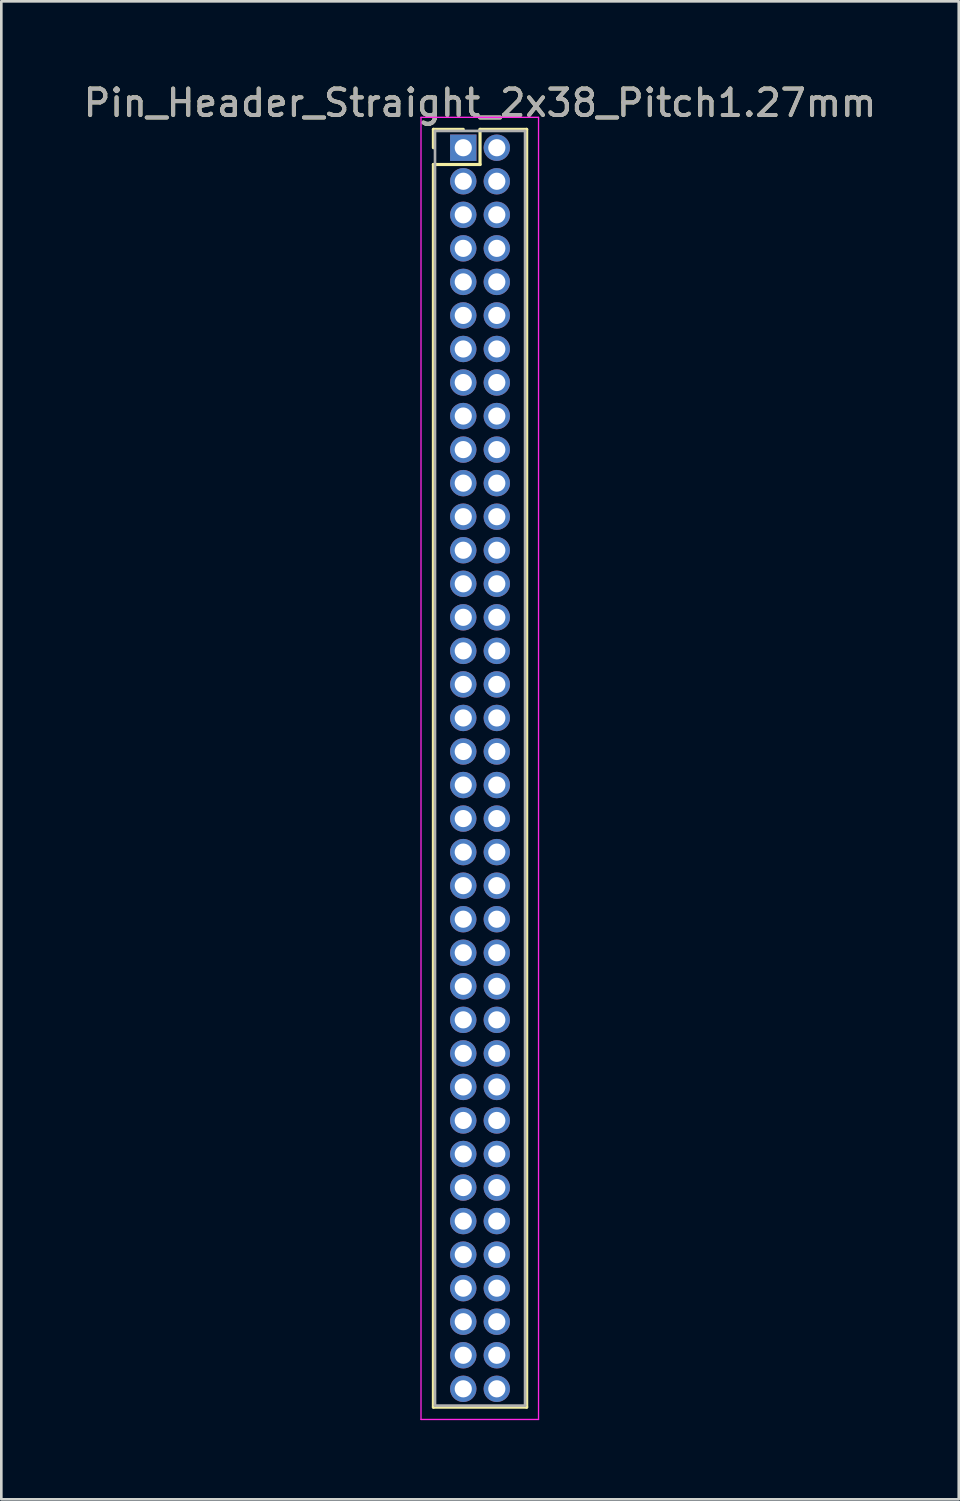
<source format=kicad_pcb>
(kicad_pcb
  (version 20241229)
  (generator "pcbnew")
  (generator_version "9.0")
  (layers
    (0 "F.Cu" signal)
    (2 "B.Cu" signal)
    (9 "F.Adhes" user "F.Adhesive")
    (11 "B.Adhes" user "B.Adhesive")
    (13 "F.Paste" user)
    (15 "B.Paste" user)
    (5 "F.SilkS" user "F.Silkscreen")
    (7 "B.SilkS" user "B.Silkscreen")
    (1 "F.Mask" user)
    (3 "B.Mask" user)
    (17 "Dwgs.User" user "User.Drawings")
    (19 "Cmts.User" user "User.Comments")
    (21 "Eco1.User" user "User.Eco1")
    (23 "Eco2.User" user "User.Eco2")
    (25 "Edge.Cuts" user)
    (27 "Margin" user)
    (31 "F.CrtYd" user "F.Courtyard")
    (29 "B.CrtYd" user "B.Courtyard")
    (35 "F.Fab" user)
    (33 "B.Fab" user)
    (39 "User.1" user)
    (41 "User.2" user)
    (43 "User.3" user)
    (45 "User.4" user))
  (footprint "Pin_Header_Straight_2x38_Pitch1.27mm"
    (layer "F.Cu")
    (at 14.49 2.543)
    (property "Reference" "Pin_Header_Straight_2x38_Pitch1.27mm" (at 0.635 -1.695 0) (layer "F.SilkS") (effects (font (size 1 1) (thickness 0.15))))
    (attr through_hole)
    (fp_line (start -1.13 -0.695) (end 0 -0.695) (stroke (width 0.12) (type solid)) (layer "F.SilkS"))
    (fp_line (start -1.13 0) (end -1.13 -0.695) (stroke (width 0.12) (type solid)) (layer "F.SilkS"))
    (fp_line (start -1.13 0.635) (end -1.13 47.685) (stroke (width 0.12) (type solid)) (layer "F.SilkS"))
    (fp_line (start -1.13 47.685) (end 2.4 47.685) (stroke (width 0.12) (type solid)) (layer "F.SilkS"))
    (fp_line (start 0.635 -0.695) (end 0.635 0.635) (stroke (width 0.12) (type solid)) (layer "F.SilkS"))
    (fp_line (start 0.635 0.635) (end -1.13 0.635) (stroke (width 0.12) (type solid)) (layer "F.SilkS"))
    (fp_line (start 2.4 -0.695) (end 0.635 -0.695) (stroke (width 0.12) (type solid)) (layer "F.SilkS"))
    (fp_line (start 2.4 47.685) (end 2.4 -0.695) (stroke (width 0.12) (type solid)) (layer "F.SilkS"))
    (fp_line (start -1.6 -1.15) (end -1.6 48.15) (stroke (width 0.05) (type solid)) (layer "F.CrtYd"))
    (fp_line (start -1.6 48.15) (end 2.85 48.15) (stroke (width 0.05) (type solid)) (layer "F.CrtYd"))
    (fp_line (start 2.85 -1.15) (end -1.6 -1.15) (stroke (width 0.05) (type solid)) (layer "F.CrtYd"))
    (fp_line (start 2.85 48.15) (end 2.85 -1.15) (stroke (width 0.05) (type solid)) (layer "F.CrtYd"))
    (fp_line (start -1.07 -0.635) (end -1.07 47.625) (stroke (width 0.1) (type solid)) (layer "F.Fab"))
    (fp_line (start -1.07 47.625) (end 2.34 47.625) (stroke (width 0.1) (type solid)) (layer "F.Fab"))
    (fp_line (start 2.34 -0.635) (end -1.07 -0.635) (stroke (width 0.1) (type solid)) (layer "F.Fab"))
    (fp_line (start 2.34 47.625) (end 2.34 -0.635) (stroke (width 0.1) (type solid)) (layer "F.Fab"))
    (fp_text user "${REFERENCE}" (at 0.635 -1.695 0) (layer "F.Fab") (effects (font (size 1 1) (thickness 0.15))))
    (pad "1" thru_hole rect (at 0 0) (size 1 1) (drill 0.65) (layers "*.Cu" "*.Mask"))
    (pad "2" thru_hole oval (at 1.27 0) (size 1 1) (drill 0.65) (layers "*.Cu" "*.Mask"))
    (pad "3" thru_hole oval (at 0 1.27) (size 1 1) (drill 0.65) (layers "*.Cu" "*.Mask"))
    (pad "4" thru_hole oval (at 1.27 1.27) (size 1 1) (drill 0.65) (layers "*.Cu" "*.Mask"))
    (pad "5" thru_hole oval (at 0 2.54) (size 1 1) (drill 0.65) (layers "*.Cu" "*.Mask"))
    (pad "6" thru_hole oval (at 1.27 2.54) (size 1 1) (drill 0.65) (layers "*.Cu" "*.Mask"))
    (pad "7" thru_hole oval (at 0 3.81) (size 1 1) (drill 0.65) (layers "*.Cu" "*.Mask"))
    (pad "8" thru_hole oval (at 1.27 3.81) (size 1 1) (drill 0.65) (layers "*.Cu" "*.Mask"))
    (pad "9" thru_hole oval (at 0 5.08) (size 1 1) (drill 0.65) (layers "*.Cu" "*.Mask"))
    (pad "10" thru_hole oval (at 1.27 5.08) (size 1 1) (drill 0.65) (layers "*.Cu" "*.Mask"))
    (pad "11" thru_hole oval (at 0 6.35) (size 1 1) (drill 0.65) (layers "*.Cu" "*.Mask"))
    (pad "12" thru_hole oval (at 1.27 6.35) (size 1 1) (drill 0.65) (layers "*.Cu" "*.Mask"))
    (pad "13" thru_hole oval (at 0 7.62) (size 1 1) (drill 0.65) (layers "*.Cu" "*.Mask"))
    (pad "14" thru_hole oval (at 1.27 7.62) (size 1 1) (drill 0.65) (layers "*.Cu" "*.Mask"))
    (pad "15" thru_hole oval (at 0 8.89) (size 1 1) (drill 0.65) (layers "*.Cu" "*.Mask"))
    (pad "16" thru_hole oval (at 1.27 8.89) (size 1 1) (drill 0.65) (layers "*.Cu" "*.Mask"))
    (pad "17" thru_hole oval (at 0 10.16) (size 1 1) (drill 0.65) (layers "*.Cu" "*.Mask"))
    (pad "18" thru_hole oval (at 1.27 10.16) (size 1 1) (drill 0.65) (layers "*.Cu" "*.Mask"))
    (pad "19" thru_hole oval (at 0 11.43) (size 1 1) (drill 0.65) (layers "*.Cu" "*.Mask"))
    (pad "20" thru_hole oval (at 1.27 11.43) (size 1 1) (drill 0.65) (layers "*.Cu" "*.Mask"))
    (pad "21" thru_hole oval (at 0 12.7) (size 1 1) (drill 0.65) (layers "*.Cu" "*.Mask"))
    (pad "22" thru_hole oval (at 1.27 12.7) (size 1 1) (drill 0.65) (layers "*.Cu" "*.Mask"))
    (pad "23" thru_hole oval (at 0 13.97) (size 1 1) (drill 0.65) (layers "*.Cu" "*.Mask"))
    (pad "24" thru_hole oval (at 1.27 13.97) (size 1 1) (drill 0.65) (layers "*.Cu" "*.Mask"))
    (pad "25" thru_hole oval (at 0 15.24) (size 1 1) (drill 0.65) (layers "*.Cu" "*.Mask"))
    (pad "26" thru_hole oval (at 1.27 15.24) (size 1 1) (drill 0.65) (layers "*.Cu" "*.Mask"))
    (pad "27" thru_hole oval (at 0 16.51) (size 1 1) (drill 0.65) (layers "*.Cu" "*.Mask"))
    (pad "28" thru_hole oval (at 1.27 16.51) (size 1 1) (drill 0.65) (layers "*.Cu" "*.Mask"))
    (pad "29" thru_hole oval (at 0 17.78) (size 1 1) (drill 0.65) (layers "*.Cu" "*.Mask"))
    (pad "30" thru_hole oval (at 1.27 17.78) (size 1 1) (drill 0.65) (layers "*.Cu" "*.Mask"))
    (pad "31" thru_hole oval (at 0 19.05) (size 1 1) (drill 0.65) (layers "*.Cu" "*.Mask"))
    (pad "32" thru_hole oval (at 1.27 19.05) (size 1 1) (drill 0.65) (layers "*.Cu" "*.Mask"))
    (pad "33" thru_hole oval (at 0 20.32) (size 1 1) (drill 0.65) (layers "*.Cu" "*.Mask"))
    (pad "34" thru_hole oval (at 1.27 20.32) (size 1 1) (drill 0.65) (layers "*.Cu" "*.Mask"))
    (pad "35" thru_hole oval (at 0 21.59) (size 1 1) (drill 0.65) (layers "*.Cu" "*.Mask"))
    (pad "36" thru_hole oval (at 1.27 21.59) (size 1 1) (drill 0.65) (layers "*.Cu" "*.Mask"))
    (pad "37" thru_hole oval (at 0 22.86) (size 1 1) (drill 0.65) (layers "*.Cu" "*.Mask"))
    (pad "38" thru_hole oval (at 1.27 22.86) (size 1 1) (drill 0.65) (layers "*.Cu" "*.Mask"))
    (pad "39" thru_hole oval (at 0 24.13) (size 1 1) (drill 0.65) (layers "*.Cu" "*.Mask"))
    (pad "40" thru_hole oval (at 1.27 24.13) (size 1 1) (drill 0.65) (layers "*.Cu" "*.Mask"))
    (pad "41" thru_hole oval (at 0 25.4) (size 1 1) (drill 0.65) (layers "*.Cu" "*.Mask"))
    (pad "42" thru_hole oval (at 1.27 25.4) (size 1 1) (drill 0.65) (layers "*.Cu" "*.Mask"))
    (pad "43" thru_hole oval (at 0 26.67) (size 1 1) (drill 0.65) (layers "*.Cu" "*.Mask"))
    (pad "44" thru_hole oval (at 1.27 26.67) (size 1 1) (drill 0.65) (layers "*.Cu" "*.Mask"))
    (pad "45" thru_hole oval (at 0 27.94) (size 1 1) (drill 0.65) (layers "*.Cu" "*.Mask"))
    (pad "46" thru_hole oval (at 1.27 27.94) (size 1 1) (drill 0.65) (layers "*.Cu" "*.Mask"))
    (pad "47" thru_hole oval (at 0 29.21) (size 1 1) (drill 0.65) (layers "*.Cu" "*.Mask"))
    (pad "48" thru_hole oval (at 1.27 29.21) (size 1 1) (drill 0.65) (layers "*.Cu" "*.Mask"))
    (pad "49" thru_hole oval (at 0 30.48) (size 1 1) (drill 0.65) (layers "*.Cu" "*.Mask"))
    (pad "50" thru_hole oval (at 1.27 30.48) (size 1 1) (drill 0.65) (layers "*.Cu" "*.Mask"))
    (pad "51" thru_hole oval (at 0 31.75) (size 1 1) (drill 0.65) (layers "*.Cu" "*.Mask"))
    (pad "52" thru_hole oval (at 1.27 31.75) (size 1 1) (drill 0.65) (layers "*.Cu" "*.Mask"))
    (pad "53" thru_hole oval (at 0 33.02) (size 1 1) (drill 0.65) (layers "*.Cu" "*.Mask"))
    (pad "54" thru_hole oval (at 1.27 33.02) (size 1 1) (drill 0.65) (layers "*.Cu" "*.Mask"))
    (pad "55" thru_hole oval (at 0 34.29) (size 1 1) (drill 0.65) (layers "*.Cu" "*.Mask"))
    (pad "56" thru_hole oval (at 1.27 34.29) (size 1 1) (drill 0.65) (layers "*.Cu" "*.Mask"))
    (pad "57" thru_hole oval (at 0 35.56) (size 1 1) (drill 0.65) (layers "*.Cu" "*.Mask"))
    (pad "58" thru_hole oval (at 1.27 35.56) (size 1 1) (drill 0.65) (layers "*.Cu" "*.Mask"))
    (pad "59" thru_hole oval (at 0 36.83) (size 1 1) (drill 0.65) (layers "*.Cu" "*.Mask"))
    (pad "60" thru_hole oval (at 1.27 36.83) (size 1 1) (drill 0.65) (layers "*.Cu" "*.Mask"))
    (pad "61" thru_hole oval (at 0 38.1) (size 1 1) (drill 0.65) (layers "*.Cu" "*.Mask"))
    (pad "62" thru_hole oval (at 1.27 38.1) (size 1 1) (drill 0.65) (layers "*.Cu" "*.Mask"))
    (pad "63" thru_hole oval (at 0 39.37) (size 1 1) (drill 0.65) (layers "*.Cu" "*.Mask"))
    (pad "64" thru_hole oval (at 1.27 39.37) (size 1 1) (drill 0.65) (layers "*.Cu" "*.Mask"))
    (pad "65" thru_hole oval (at 0 40.64) (size 1 1) (drill 0.65) (layers "*.Cu" "*.Mask"))
    (pad "66" thru_hole oval (at 1.27 40.64) (size 1 1) (drill 0.65) (layers "*.Cu" "*.Mask"))
    (pad "67" thru_hole oval (at 0 41.91) (size 1 1) (drill 0.65) (layers "*.Cu" "*.Mask"))
    (pad "68" thru_hole oval (at 1.27 41.91) (size 1 1) (drill 0.65) (layers "*.Cu" "*.Mask"))
    (pad "69" thru_hole oval (at 0 43.18) (size 1 1) (drill 0.65) (layers "*.Cu" "*.Mask"))
    (pad "70" thru_hole oval (at 1.27 43.18) (size 1 1) (drill 0.65) (layers "*.Cu" "*.Mask"))
    (pad "71" thru_hole oval (at 0 44.45) (size 1 1) (drill 0.65) (layers "*.Cu" "*.Mask"))
    (pad "72" thru_hole oval (at 1.27 44.45) (size 1 1) (drill 0.65) (layers "*.Cu" "*.Mask"))
    (pad "73" thru_hole oval (at 0 45.72) (size 1 1) (drill 0.65) (layers "*.Cu" "*.Mask"))
    (pad "74" thru_hole oval (at 1.27 45.72) (size 1 1) (drill 0.65) (layers "*.Cu" "*.Mask"))
    (pad "75" thru_hole oval (at 0 46.99) (size 1 1) (drill 0.65) (layers "*.Cu" "*.Mask"))
    (pad "76" thru_hole oval (at 1.27 46.99) (size 1 1) (drill 0.65) (layers "*.Cu" "*.Mask")))
  (gr_rect
    (start -3 -3)
    (end 33.25 53.718)
    (stroke (width 0.1) (type default))
    (fill no)
    (layer "Edge.Cuts")))
</source>
